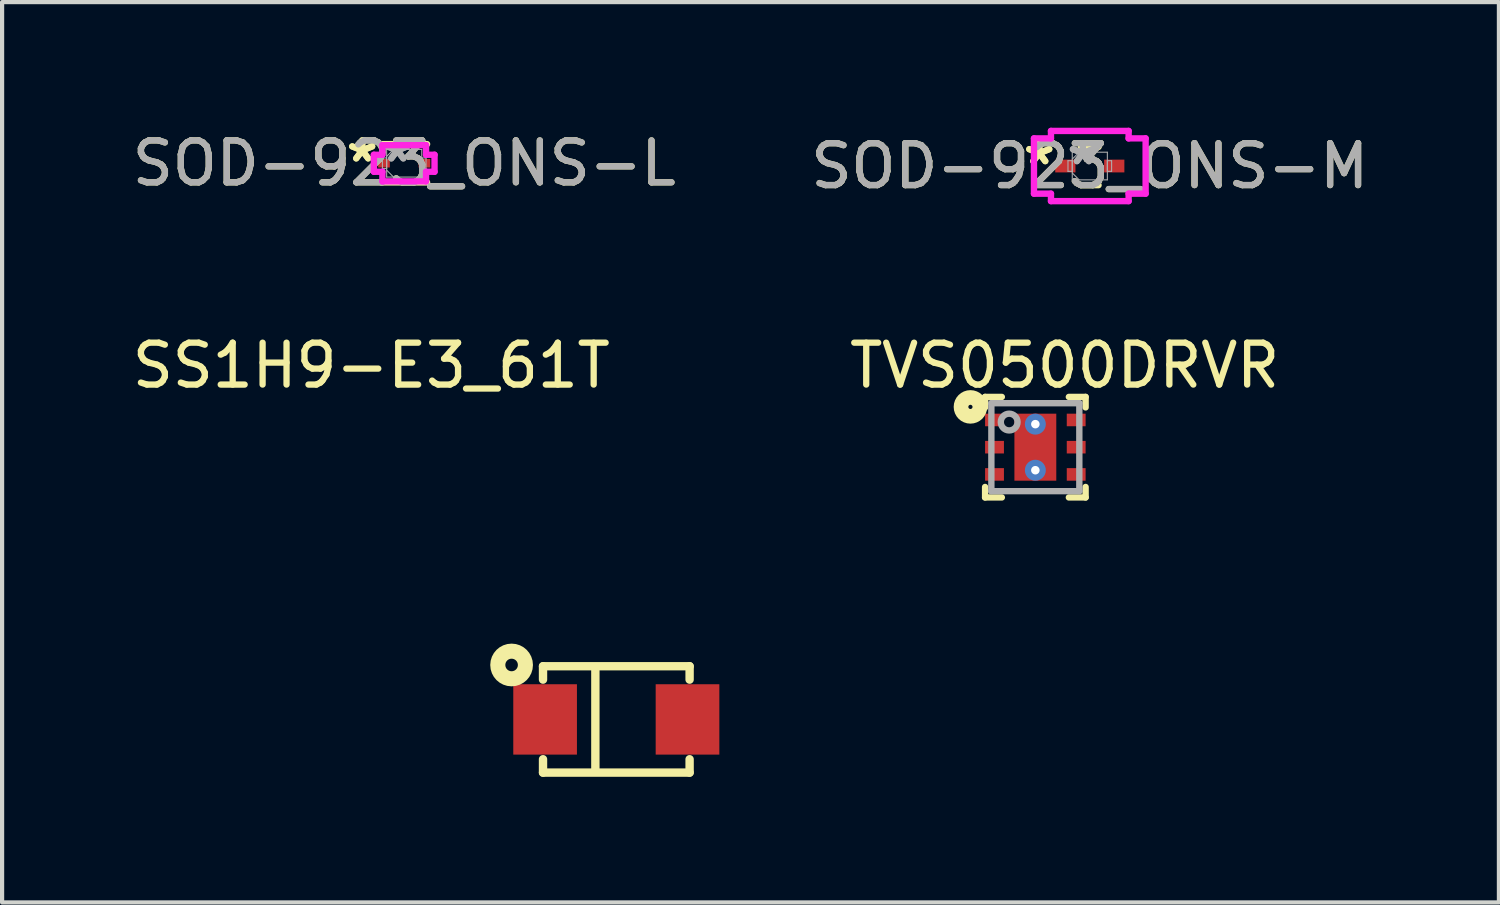
<source format=kicad_pcb>
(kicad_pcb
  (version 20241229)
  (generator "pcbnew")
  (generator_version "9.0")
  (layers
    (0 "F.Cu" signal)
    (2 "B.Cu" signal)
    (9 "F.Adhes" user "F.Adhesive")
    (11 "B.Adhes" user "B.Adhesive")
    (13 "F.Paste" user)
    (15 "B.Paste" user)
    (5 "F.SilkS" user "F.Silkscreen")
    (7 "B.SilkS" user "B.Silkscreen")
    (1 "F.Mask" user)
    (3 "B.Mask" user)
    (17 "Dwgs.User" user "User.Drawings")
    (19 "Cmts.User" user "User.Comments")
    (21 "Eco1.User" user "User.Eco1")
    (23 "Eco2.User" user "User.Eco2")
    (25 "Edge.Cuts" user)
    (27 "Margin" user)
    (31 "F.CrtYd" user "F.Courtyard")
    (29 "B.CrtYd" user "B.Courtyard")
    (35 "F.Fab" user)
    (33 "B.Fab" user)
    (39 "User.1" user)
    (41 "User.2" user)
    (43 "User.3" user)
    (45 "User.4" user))
  (footprint "TVS0500DRVR"
    (layer "F.Cu")
    (at 21.67 7.627)
    (property "Reference" "TVS0500DRVR" (at 0.7 -1.95 0) (layer "F.SilkS") (effects (font (size 1 1) (thickness 0.15))))
    (attr through_hole)
    (fp_line (start -1.2 -1.2) (end -0.8 -1.2) (stroke (width 0.152) (type solid)) (layer "F.SilkS"))
    (fp_line (start -1.2 -0.95) (end -1.2 -1.2) (stroke (width 0.152) (type solid)) (layer "F.SilkS"))
    (fp_line (start -1.2 1.2) (end -1.2 0.95) (stroke (width 0.152) (type solid)) (layer "F.SilkS"))
    (fp_line (start -1.2 1.2) (end -0.8 1.2) (stroke (width 0.152) (type solid)) (layer "F.SilkS"))
    (fp_line (start 0.8 -1.2) (end 1.2 -1.2) (stroke (width 0.152) (type solid)) (layer "F.SilkS"))
    (fp_line (start 0.8 1.2) (end 1.2 1.2) (stroke (width 0.152) (type solid)) (layer "F.SilkS"))
    (fp_line (start 1.2 -0.95) (end 1.2 -1.2) (stroke (width 0.152) (type solid)) (layer "F.SilkS"))
    (fp_line (start 1.2 1.2) (end 1.2 0.95) (stroke (width 0.152) (type solid)) (layer "F.SilkS"))
    (fp_circle (center -1.55 -0.962) (end -1.5 -0.962) (stroke (width 0.35) (type solid)) (fill no) (layer "F.SilkS"))
    (fp_line (start -0.5 -0.751) (end -0.499 -0.761) (stroke (width 0.152) (type solid)) (layer "F.Paste"))
    (fp_line (start -0.5 -0.149) (end -0.5 -0.751) (stroke (width 0.152) (type solid)) (layer "F.Paste"))
    (fp_line (start -0.5 0.149) (end -0.499 0.139) (stroke (width 0.152) (type solid)) (layer "F.Paste"))
    (fp_line (start -0.5 0.751) (end -0.5 0.149) (stroke (width 0.152) (type solid)) (layer "F.Paste"))
    (fp_line (start -0.499 -0.761) (end -0.496 -0.77) (stroke (width 0.152) (type solid)) (layer "F.Paste"))
    (fp_line (start -0.499 -0.139) (end -0.5 -0.149) (stroke (width 0.152) (type solid)) (layer "F.Paste"))
    (fp_line (start -0.499 0.139) (end -0.496 0.13) (stroke (width 0.152) (type solid)) (layer "F.Paste"))
    (fp_line (start -0.499 0.761) (end -0.5 0.751) (stroke (width 0.152) (type solid)) (layer "F.Paste"))
    (fp_line (start -0.496 -0.77) (end -0.492 -0.778) (stroke (width 0.152) (type solid)) (layer "F.Paste"))
    (fp_line (start -0.496 -0.13) (end -0.499 -0.139) (stroke (width 0.152) (type solid)) (layer "F.Paste"))
    (fp_line (start -0.496 0.13) (end -0.492 0.122) (stroke (width 0.152) (type solid)) (layer "F.Paste"))
    (fp_line (start -0.496 0.77) (end -0.499 0.761) (stroke (width 0.152) (type solid)) (layer "F.Paste"))
    (fp_line (start -0.492 -0.778) (end -0.486 -0.786) (stroke (width 0.152) (type solid)) (layer "F.Paste"))
    (fp_line (start -0.492 -0.122) (end -0.496 -0.13) (stroke (width 0.152) (type solid)) (layer "F.Paste"))
    (fp_line (start -0.492 0.122) (end -0.486 0.114) (stroke (width 0.152) (type solid)) (layer "F.Paste"))
    (fp_line (start -0.492 0.778) (end -0.496 0.77) (stroke (width 0.152) (type solid)) (layer "F.Paste"))
    (fp_line (start -0.486 -0.786) (end -0.478 -0.792) (stroke (width 0.152) (type solid)) (layer "F.Paste"))
    (fp_line (start -0.486 -0.114) (end -0.492 -0.122) (stroke (width 0.152) (type solid)) (layer "F.Paste"))
    (fp_line (start -0.486 0.114) (end -0.478 0.108) (stroke (width 0.152) (type solid)) (layer "F.Paste"))
    (fp_line (start -0.486 0.786) (end -0.492 0.778) (stroke (width 0.152) (type solid)) (layer "F.Paste"))
    (fp_line (start -0.478 -0.792) (end -0.47 -0.796) (stroke (width 0.152) (type solid)) (layer "F.Paste"))
    (fp_line (start -0.478 -0.108) (end -0.486 -0.114) (stroke (width 0.152) (type solid)) (layer "F.Paste"))
    (fp_line (start -0.478 0.108) (end -0.47 0.104) (stroke (width 0.152) (type solid)) (layer "F.Paste"))
    (fp_line (start -0.478 0.792) (end -0.486 0.786) (stroke (width 0.152) (type solid)) (layer "F.Paste"))
    (fp_line (start -0.47 -0.796) (end -0.461 -0.799) (stroke (width 0.152) (type solid)) (layer "F.Paste"))
    (fp_line (start -0.47 -0.104) (end -0.478 -0.108) (stroke (width 0.152) (type solid)) (layer "F.Paste"))
    (fp_line (start -0.47 0.104) (end -0.461 0.101) (stroke (width 0.152) (type solid)) (layer "F.Paste"))
    (fp_line (start -0.47 0.796) (end -0.478 0.792) (stroke (width 0.152) (type solid)) (layer "F.Paste"))
    (fp_line (start -0.461 -0.799) (end -0.451 -0.8) (stroke (width 0.152) (type solid)) (layer "F.Paste"))
    (fp_line (start -0.461 -0.101) (end -0.47 -0.104) (stroke (width 0.152) (type solid)) (layer "F.Paste"))
    (fp_line (start -0.461 0.101) (end -0.451 0.1) (stroke (width 0.152) (type solid)) (layer "F.Paste"))
    (fp_line (start -0.461 0.799) (end -0.47 0.796) (stroke (width 0.152) (type solid)) (layer "F.Paste"))
    (fp_line (start -0.451 -0.8) (end 0.451 -0.8) (stroke (width 0.152) (type solid)) (layer "F.Paste"))
    (fp_line (start -0.451 -0.1) (end -0.461 -0.101) (stroke (width 0.152) (type solid)) (layer "F.Paste"))
    (fp_line (start -0.451 0.1) (end 0.451 0.1) (stroke (width 0.152) (type solid)) (layer "F.Paste"))
    (fp_line (start -0.451 0.8) (end -0.461 0.799) (stroke (width 0.152) (type solid)) (layer "F.Paste"))
    (fp_line (start 0.451 -0.8) (end 0.461 -0.799) (stroke (width 0.152) (type solid)) (layer "F.Paste"))
    (fp_line (start 0.451 -0.1) (end -0.451 -0.1) (stroke (width 0.152) (type solid)) (layer "F.Paste"))
    (fp_line (start 0.451 0.1) (end 0.461 0.101) (stroke (width 0.152) (type solid)) (layer "F.Paste"))
    (fp_line (start 0.451 0.8) (end -0.451 0.8) (stroke (width 0.152) (type solid)) (layer "F.Paste"))
    (fp_line (start 0.461 -0.799) (end 0.47 -0.796) (stroke (width 0.152) (type solid)) (layer "F.Paste"))
    (fp_line (start 0.461 -0.101) (end 0.451 -0.1) (stroke (width 0.152) (type solid)) (layer "F.Paste"))
    (fp_line (start 0.461 0.101) (end 0.47 0.104) (stroke (width 0.152) (type solid)) (layer "F.Paste"))
    (fp_line (start 0.461 0.799) (end 0.451 0.8) (stroke (width 0.152) (type solid)) (layer "F.Paste"))
    (fp_line (start 0.47 -0.796) (end 0.478 -0.792) (stroke (width 0.152) (type solid)) (layer "F.Paste"))
    (fp_line (start 0.47 -0.104) (end 0.461 -0.101) (stroke (width 0.152) (type solid)) (layer "F.Paste"))
    (fp_line (start 0.47 0.104) (end 0.478 0.108) (stroke (width 0.152) (type solid)) (layer "F.Paste"))
    (fp_line (start 0.47 0.796) (end 0.461 0.799) (stroke (width 0.152) (type solid)) (layer "F.Paste"))
    (fp_line (start 0.478 -0.792) (end 0.486 -0.786) (stroke (width 0.152) (type solid)) (layer "F.Paste"))
    (fp_line (start 0.478 -0.108) (end 0.47 -0.104) (stroke (width 0.152) (type solid)) (layer "F.Paste"))
    (fp_line (start 0.478 0.108) (end 0.486 0.114) (stroke (width 0.152) (type solid)) (layer "F.Paste"))
    (fp_line (start 0.478 0.792) (end 0.47 0.796) (stroke (width 0.152) (type solid)) (layer "F.Paste"))
    (fp_line (start 0.486 -0.786) (end 0.492 -0.778) (stroke (width 0.152) (type solid)) (layer "F.Paste"))
    (fp_line (start 0.486 -0.114) (end 0.478 -0.108) (stroke (width 0.152) (type solid)) (layer "F.Paste"))
    (fp_line (start 0.486 0.114) (end 0.492 0.122) (stroke (width 0.152) (type solid)) (layer "F.Paste"))
    (fp_line (start 0.486 0.786) (end 0.478 0.792) (stroke (width 0.152) (type solid)) (layer "F.Paste"))
    (fp_line (start 0.492 -0.778) (end 0.496 -0.77) (stroke (width 0.152) (type solid)) (layer "F.Paste"))
    (fp_line (start 0.492 -0.122) (end 0.486 -0.114) (stroke (width 0.152) (type solid)) (layer "F.Paste"))
    (fp_line (start 0.492 0.122) (end 0.496 0.13) (stroke (width 0.152) (type solid)) (layer "F.Paste"))
    (fp_line (start 0.492 0.778) (end 0.486 0.786) (stroke (width 0.152) (type solid)) (layer "F.Paste"))
    (fp_line (start 0.496 -0.77) (end 0.499 -0.761) (stroke (width 0.152) (type solid)) (layer "F.Paste"))
    (fp_line (start 0.496 -0.13) (end 0.492 -0.122) (stroke (width 0.152) (type solid)) (layer "F.Paste"))
    (fp_line (start 0.496 0.13) (end 0.499 0.139) (stroke (width 0.152) (type solid)) (layer "F.Paste"))
    (fp_line (start 0.496 0.77) (end 0.492 0.778) (stroke (width 0.152) (type solid)) (layer "F.Paste"))
    (fp_line (start 0.499 -0.761) (end 0.5 -0.751) (stroke (width 0.152) (type solid)) (layer "F.Paste"))
    (fp_line (start 0.499 -0.139) (end 0.496 -0.13) (stroke (width 0.152) (type solid)) (layer "F.Paste"))
    (fp_line (start 0.499 0.139) (end 0.5 0.149) (stroke (width 0.152) (type solid)) (layer "F.Paste"))
    (fp_line (start 0.499 0.761) (end 0.496 0.77) (stroke (width 0.152) (type solid)) (layer "F.Paste"))
    (fp_line (start 0.5 -0.751) (end 0.5 -0.149) (stroke (width 0.152) (type solid)) (layer "F.Paste"))
    (fp_line (start 0.5 -0.149) (end 0.499 -0.139) (stroke (width 0.152) (type solid)) (layer "F.Paste"))
    (fp_line (start 0.5 0.149) (end 0.5 0.751) (stroke (width 0.152) (type solid)) (layer "F.Paste"))
    (fp_line (start 0.5 0.751) (end 0.499 0.761) (stroke (width 0.152) (type solid)) (layer "F.Paste"))
    (fp_line (start -1.05 -1.05) (end 1.05 -1.05) (stroke (width 0.152) (type solid)) (layer "F.Fab"))
    (fp_line (start -1.05 1.05) (end -1.05 -1.05) (stroke (width 0.152) (type solid)) (layer "F.Fab"))
    (fp_line (start -1.05 1.05) (end 1.05 1.05) (stroke (width 0.152) (type solid)) (layer "F.Fab"))
    (fp_line (start 1.05 1.05) (end 1.05 -1.05) (stroke (width 0.152) (type solid)) (layer "F.Fab"))
    (fp_circle (center -0.625 -0.6) (end -0.425 -0.6) (stroke (width 0.152) (type solid)) (fill no) (layer "F.Fab"))
    (pad "1" smd rect (at -0.975 -0.65 90) (size 0.3 0.45) (layers "F.Cu" "F.Mask" "F.Paste"))
    (pad "2" smd rect (at -0.975 0 90) (size 0.3 0.45) (layers "F.Cu" "F.Mask" "F.Paste"))
    (pad "3" smd rect (at -0.975 0.65 90) (size 0.3 0.45) (layers "F.Cu" "F.Mask" "F.Paste"))
    (pad "4" smd rect (at 0.975 0.65 90) (size 0.3 0.45) (layers "F.Cu" "F.Mask" "F.Paste"))
    (pad "5" smd rect (at 0.975 0 90) (size 0.3 0.45) (layers "F.Cu" "F.Mask" "F.Paste"))
    (pad "6" smd rect (at 0.975 -0.65 90) (size 0.3 0.45) (layers "F.Cu" "F.Mask" "F.Paste"))
    (pad "7" thru_hole circle (at 0 -0.55) (size 0.5 0.5) (drill 0.203) (layers "*.Cu" "*.Mask"))
    (pad "7" smd rect (at 0 0) (size 1 1.6) (layers "F.Cu" "F.Mask" "F.Paste"))
    (pad "7" thru_hole circle (at 0 0.55) (size 0.5 0.5) (drill 0.203) (layers "*.Cu" "*.Mask")))
  (footprint "SS1H9-E3_61T"
    (layer "F.Cu")
    (at 11.665 14.127)
    (property "Reference" "SS1H9-E3_61T" (at -5.85 -8.45 0) (layer "F.SilkS") (effects (font (size 1 1) (thickness 0.15))))
    (attr through_hole)
    (fp_line (start -1.75 -1.27) (end -1.75 -0.95) (stroke (width 0.2) (type solid)) (layer "F.SilkS"))
    (fp_line (start -1.75 -1.27) (end 1.75 -1.27) (stroke (width 0.2) (type solid)) (layer "F.SilkS"))
    (fp_line (start -1.75 1.27) (end -1.75 0.95) (stroke (width 0.2) (type solid)) (layer "F.SilkS"))
    (fp_line (start -1.75 1.27) (end 1.75 1.27) (stroke (width 0.2) (type solid)) (layer "F.SilkS"))
    (fp_line (start -0.5 -1.2) (end -0.5 1.25) (stroke (width 0.2) (type solid)) (layer "F.SilkS"))
    (fp_line (start 1.75 -1.27) (end 1.75 -0.95) (stroke (width 0.2) (type solid)) (layer "F.SilkS"))
    (fp_line (start 1.75 1.27) (end 1.75 0.95) (stroke (width 0.2) (type solid)) (layer "F.SilkS"))
    (fp_circle (center -2.5 -1.3) (end -2.35 -1.3) (stroke (width 0.36) (type solid)) (fill no) (layer "F.SilkS"))
    (pad "1" smd rect (at -1.7 0) (size 1.52 1.68) (layers "F.Cu" "F.Mask" "F.Paste"))
    (pad "2" smd rect (at 1.7 0) (size 1.52 1.68) (layers "F.Cu" "F.Mask" "F.Paste")))
  (footprint "SOD-923_ONS-L"
    (layer "F.Cu")
    (at 6.601 0.848)
    (property "Reference" "SOD-923_ONS-L" (at 0 0 0) (unlocked yes) (layer "F.SilkS") (effects (font (size 1 1) (thickness 0.15))))
    (attr smd)
    (fp_line (start -0.546 0.457) (end 0.546 0.457) (stroke (width 0.152) (type solid)) (layer "F.SilkS"))
    (fp_line (start 0.546 -0.457) (end -0.546 -0.457) (stroke (width 0.152) (type solid)) (layer "F.SilkS"))
    (fp_line (start -0.724 -0.203) (end -0.521 -0.203) (stroke (width 0.152) (type solid)) (layer "F.CrtYd"))
    (fp_line (start -0.724 0.203) (end -0.724 -0.203) (stroke (width 0.152) (type solid)) (layer "F.CrtYd"))
    (fp_line (start -0.521 -0.432) (end 0.521 -0.432) (stroke (width 0.152) (type solid)) (layer "F.CrtYd"))
    (fp_line (start -0.521 -0.203) (end -0.521 -0.432) (stroke (width 0.152) (type solid)) (layer "F.CrtYd"))
    (fp_line (start -0.521 0.203) (end -0.724 0.203) (stroke (width 0.152) (type solid)) (layer "F.CrtYd"))
    (fp_line (start -0.521 0.432) (end -0.521 0.203) (stroke (width 0.152) (type solid)) (layer "F.CrtYd"))
    (fp_line (start 0.521 -0.432) (end 0.521 -0.203) (stroke (width 0.152) (type solid)) (layer "F.CrtYd"))
    (fp_line (start 0.521 -0.203) (end 0.724 -0.203) (stroke (width 0.152) (type solid)) (layer "F.CrtYd"))
    (fp_line (start 0.521 0.203) (end 0.521 0.432) (stroke (width 0.152) (type solid)) (layer "F.CrtYd"))
    (fp_line (start 0.521 0.432) (end -0.521 0.432) (stroke (width 0.152) (type solid)) (layer "F.CrtYd"))
    (fp_line (start 0.724 -0.203) (end 0.724 0.203) (stroke (width 0.152) (type solid)) (layer "F.CrtYd"))
    (fp_line (start 0.724 0.203) (end 0.521 0.203) (stroke (width 0.152) (type solid)) (layer "F.CrtYd"))
    (fp_line (start -0.521 -0.127) (end -0.521 0.127) (stroke (width 0.025) (type solid)) (layer "F.Fab"))
    (fp_line (start -0.521 0.127) (end -0.419 0.127) (stroke (width 0.025) (type solid)) (layer "F.Fab"))
    (fp_line (start -0.419 -0.33) (end -0.419 0.33) (stroke (width 0.025) (type solid)) (layer "F.Fab"))
    (fp_line (start -0.419 -0.165) (end -0.254 -0.33) (stroke (width 0.025) (type solid)) (layer "F.Fab"))
    (fp_line (start -0.419 -0.127) (end -0.521 -0.127) (stroke (width 0.025) (type solid)) (layer "F.Fab"))
    (fp_line (start -0.419 0.127) (end -0.419 -0.127) (stroke (width 0.025) (type solid)) (layer "F.Fab"))
    (fp_line (start -0.419 0.165) (end -0.254 0.33) (stroke (width 0.025) (type solid)) (layer "F.Fab"))
    (fp_line (start -0.419 0.33) (end 0.419 0.33) (stroke (width 0.025) (type solid)) (layer "F.Fab"))
    (fp_line (start 0.419 -0.33) (end -0.419 -0.33) (stroke (width 0.025) (type solid)) (layer "F.Fab"))
    (fp_line (start 0.419 -0.127) (end 0.419 0.127) (stroke (width 0.025) (type solid)) (layer "F.Fab"))
    (fp_line (start 0.419 0.127) (end 0.521 0.127) (stroke (width 0.025) (type solid)) (layer "F.Fab"))
    (fp_line (start 0.419 0.33) (end 0.419 -0.33) (stroke (width 0.025) (type solid)) (layer "F.Fab"))
    (fp_line (start 0.521 -0.127) (end 0.419 -0.127) (stroke (width 0.025) (type solid)) (layer "F.Fab"))
    (fp_line (start 0.521 0.127) (end 0.521 -0.127) (stroke (width 0.025) (type solid)) (layer "F.Fab"))
    (fp_text user "*" (at -1.003 0 0) (unlocked yes) (layer "F.SilkS") (effects (font (size 1 1) (thickness 0.15))))
    (fp_text user "*" (at -1.003 0 0) (layer "F.SilkS") (effects (font (size 1 1) (thickness 0.15))))
    (fp_text user "${REFERENCE}" (at 0 0 0) (unlocked yes) (layer "F.Fab") (effects (font (size 1 1) (thickness 0.15))))
    (fp_text user "*" (at -0.165 0 0) (layer "F.Fab") (effects (font (size 1 1) (thickness 0.15))))
    (fp_text user "*" (at -0.165 0 0) (unlocked yes) (layer "F.Fab") (effects (font (size 1 1) (thickness 0.15))))
    (pad "1" smd rect (at -0.483 0) (size 0.279 0.203) (layers "F.Cu" "F.Mask" "F.Paste"))
    (pad "2" smd rect (at 0.483 0) (size 0.279 0.203) (layers "F.Cu" "F.Mask" "F.Paste"))
    (zone (net_name "") (layer "F.Cu") (hatch full 0.508) (connect_pads) (min_thickness 0.254) (filled_areas_thickness no) (keepout (tracks not_allowed) (vias not_allowed) (pads allowed) (copperpour not_allowed) (footprints allowed)) (placement (enabled no)) (fill) (polygon (pts (xy 6.309 0.569) (xy 6.893 0.569) (xy 6.893 1.128) (xy 6.309 1.128)))))
  (footprint "SOD-923_ONS-M"
    (layer "F.Cu")
    (at 22.97 0.914)
    (property "Reference" "SOD-923_ONS-M" (at 0 0 0) (unlocked yes) (layer "F.SilkS") (effects (font (size 1 1) (thickness 0.15))))
    (attr smd)
    (fp_line (start -0.209 0.457) (end 0.209 0.457) (stroke (width 0.152) (type solid)) (layer "F.SilkS"))
    (fp_line (start 0.209 -0.457) (end -0.209 -0.457) (stroke (width 0.152) (type solid)) (layer "F.SilkS"))
    (fp_line (start -1.333 -0.66) (end -0.927 -0.66) (stroke (width 0.152) (type solid)) (layer "F.CrtYd"))
    (fp_line (start -1.333 0.66) (end -1.333 -0.66) (stroke (width 0.152) (type solid)) (layer "F.CrtYd"))
    (fp_line (start -0.927 -0.838) (end 0.927 -0.838) (stroke (width 0.152) (type solid)) (layer "F.CrtYd"))
    (fp_line (start -0.927 -0.66) (end -0.927 -0.838) (stroke (width 0.152) (type solid)) (layer "F.CrtYd"))
    (fp_line (start -0.927 0.66) (end -1.333 0.66) (stroke (width 0.152) (type solid)) (layer "F.CrtYd"))
    (fp_line (start -0.927 0.838) (end -0.927 0.66) (stroke (width 0.152) (type solid)) (layer "F.CrtYd"))
    (fp_line (start 0.927 -0.838) (end 0.927 -0.66) (stroke (width 0.152) (type solid)) (layer "F.CrtYd"))
    (fp_line (start 0.927 -0.66) (end 1.333 -0.66) (stroke (width 0.152) (type solid)) (layer "F.CrtYd"))
    (fp_line (start 0.927 0.66) (end 0.927 0.838) (stroke (width 0.152) (type solid)) (layer "F.CrtYd"))
    (fp_line (start 0.927 0.838) (end -0.927 0.838) (stroke (width 0.152) (type solid)) (layer "F.CrtYd"))
    (fp_line (start 1.333 -0.66) (end 1.333 0.66) (stroke (width 0.152) (type solid)) (layer "F.CrtYd"))
    (fp_line (start 1.333 0.66) (end 0.927 0.66) (stroke (width 0.152) (type solid)) (layer "F.CrtYd"))
    (fp_line (start -0.521 -0.127) (end -0.521 0.127) (stroke (width 0.025) (type solid)) (layer "F.Fab"))
    (fp_line (start -0.521 0.127) (end -0.419 0.127) (stroke (width 0.025) (type solid)) (layer "F.Fab"))
    (fp_line (start -0.419 -0.33) (end -0.419 0.33) (stroke (width 0.025) (type solid)) (layer "F.Fab"))
    (fp_line (start -0.419 -0.165) (end -0.254 -0.33) (stroke (width 0.025) (type solid)) (layer "F.Fab"))
    (fp_line (start -0.419 -0.127) (end -0.521 -0.127) (stroke (width 0.025) (type solid)) (layer "F.Fab"))
    (fp_line (start -0.419 0.127) (end -0.419 -0.127) (stroke (width 0.025) (type solid)) (layer "F.Fab"))
    (fp_line (start -0.419 0.165) (end -0.254 0.33) (stroke (width 0.025) (type solid)) (layer "F.Fab"))
    (fp_line (start -0.419 0.33) (end 0.419 0.33) (stroke (width 0.025) (type solid)) (layer "F.Fab"))
    (fp_line (start 0.419 -0.33) (end -0.419 -0.33) (stroke (width 0.025) (type solid)) (layer "F.Fab"))
    (fp_line (start 0.419 -0.127) (end 0.419 0.127) (stroke (width 0.025) (type solid)) (layer "F.Fab"))
    (fp_line (start 0.419 0.127) (end 0.521 0.127) (stroke (width 0.025) (type solid)) (layer "F.Fab"))
    (fp_line (start 0.419 0.33) (end 0.419 -0.33) (stroke (width 0.025) (type solid)) (layer "F.Fab"))
    (fp_line (start 0.521 -0.127) (end 0.419 -0.127) (stroke (width 0.025) (type solid)) (layer "F.Fab"))
    (fp_line (start 0.521 0.127) (end 0.521 -0.127) (stroke (width 0.025) (type solid)) (layer "F.Fab"))
    (fp_text user "*" (at -1.206 0 0) (layer "F.SilkS") (effects (font (size 1 1) (thickness 0.15))))
    (fp_text user "*" (at -1.206 0 0) (unlocked yes) (layer "F.SilkS") (effects (font (size 1 1) (thickness 0.15))))
    (fp_text user "*" (at -0.165 0 0) (layer "F.Fab") (effects (font (size 1 1) (thickness 0.15))))
    (fp_text user "*" (at -0.165 0 0) (unlocked yes) (layer "F.Fab") (effects (font (size 1 1) (thickness 0.15))))
    (fp_text user "${REFERENCE}" (at 0 0 0) (unlocked yes) (layer "F.Fab") (effects (font (size 1 1) (thickness 0.15))))
    (pad "1" smd rect (at -0.584 0) (size 0.483 0.305) (layers "F.Cu" "F.Mask" "F.Paste"))
    (pad "2" smd rect (at 0.584 0) (size 0.483 0.305) (layers "F.Cu" "F.Mask" "F.Paste"))
    (zone (net_name "") (layer "F.Cu") (hatch full 0.508) (connect_pads) (min_thickness 0.254) (filled_areas_thickness no) (keepout (tracks not_allowed) (vias not_allowed) (pads allowed) (copperpour not_allowed) (footprints allowed)) (placement (enabled no)) (fill) (polygon (pts (xy 22.678 0.635) (xy 23.262 0.635) (xy 23.262 1.194) (xy 22.678 1.194)))))
  (gr_rect
    (start -3 -3)
    (end 32.738 18.497)
    (stroke (width 0.1) (type default))
    (fill no)
    (layer "Edge.Cuts")))
</source>
